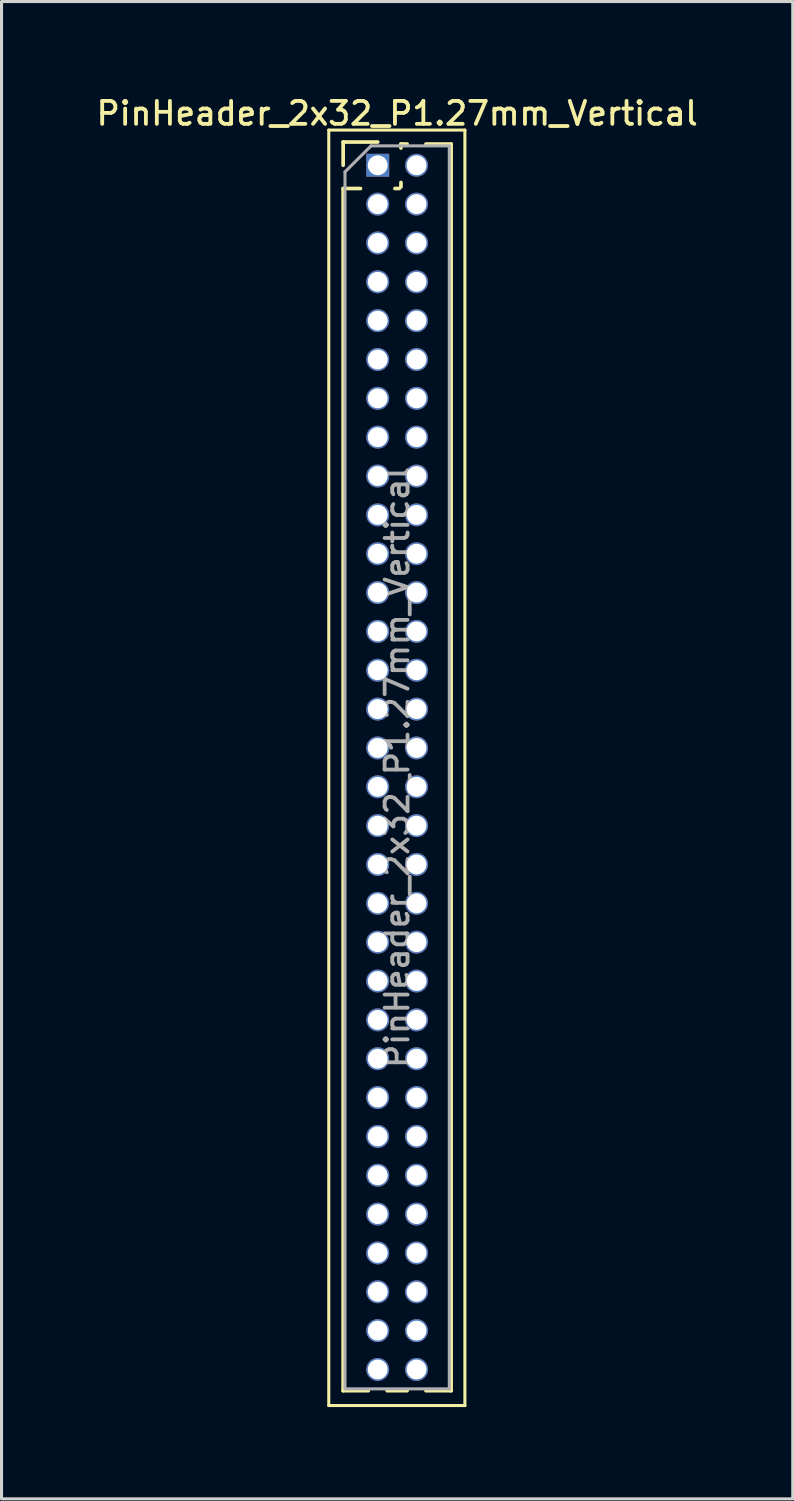
<source format=kicad_pcb>
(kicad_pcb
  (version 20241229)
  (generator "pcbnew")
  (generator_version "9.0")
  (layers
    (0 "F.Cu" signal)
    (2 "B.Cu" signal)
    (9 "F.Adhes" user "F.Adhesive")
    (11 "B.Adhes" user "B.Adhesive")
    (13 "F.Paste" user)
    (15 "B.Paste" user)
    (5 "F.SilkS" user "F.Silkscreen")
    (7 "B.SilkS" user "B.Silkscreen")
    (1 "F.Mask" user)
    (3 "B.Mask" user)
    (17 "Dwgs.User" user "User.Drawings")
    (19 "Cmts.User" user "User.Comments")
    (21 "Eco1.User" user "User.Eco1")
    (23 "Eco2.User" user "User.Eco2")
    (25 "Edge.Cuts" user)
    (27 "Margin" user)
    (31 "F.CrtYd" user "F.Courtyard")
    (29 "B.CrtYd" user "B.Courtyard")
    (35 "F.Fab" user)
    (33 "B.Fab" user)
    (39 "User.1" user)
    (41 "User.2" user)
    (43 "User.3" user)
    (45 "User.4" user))
  (footprint "PinHeader_2x32_P1.27mm_Vertical"
    (layer "F.Cu")
    (at 9.299 2.353)
    (property "Reference" "PinHeader_2x32_P1.27mm_Vertical" (at 0.635 -1.695 0) (layer "F.SilkS") (effects (font (size 0.75 0.75) (thickness 0.125))))
    (attr through_hole)
    (fp_line (start -1.6 -1.15) (end -1.6 40.55) (stroke (width 0.1) (type solid)) (layer "F.SilkS"))
    (fp_line (start -1.6 40.55) (end 2.85 40.55) (stroke (width 0.1) (type solid)) (layer "F.SilkS"))
    (fp_line (start -1.13 -0.76) (end 0 -0.76) (stroke (width 0.12) (type solid)) (layer "F.SilkS"))
    (fp_line (start -1.13 0) (end -1.13 -0.76) (stroke (width 0.12) (type solid)) (layer "F.SilkS"))
    (fp_line (start -1.13 0.76) (end -1.13 40.065) (stroke (width 0.12) (type solid)) (layer "F.SilkS"))
    (fp_line (start -1.13 0.76) (end -0.563 0.76) (stroke (width 0.12) (type solid)) (layer "F.SilkS"))
    (fp_line (start -1.13 40.065) (end -0.308 40.065) (stroke (width 0.12) (type solid)) (layer "F.SilkS"))
    (fp_line (start 0.308 40.065) (end 0.962 40.065) (stroke (width 0.12) (type solid)) (layer "F.SilkS"))
    (fp_line (start 0.563 0.76) (end 0.707 0.76) (stroke (width 0.12) (type solid)) (layer "F.SilkS"))
    (fp_line (start 0.76 -0.695) (end 0.962 -0.695) (stroke (width 0.12) (type solid)) (layer "F.SilkS"))
    (fp_line (start 0.76 -0.563) (end 0.76 -0.695) (stroke (width 0.12) (type solid)) (layer "F.SilkS"))
    (fp_line (start 0.76 0.707) (end 0.76 0.563) (stroke (width 0.12) (type solid)) (layer "F.SilkS"))
    (fp_line (start 1.578 -0.695) (end 2.4 -0.695) (stroke (width 0.12) (type solid)) (layer "F.SilkS"))
    (fp_line (start 1.578 40.065) (end 2.4 40.065) (stroke (width 0.12) (type solid)) (layer "F.SilkS"))
    (fp_line (start 2.4 -0.695) (end 2.4 40.065) (stroke (width 0.12) (type solid)) (layer "F.SilkS"))
    (fp_line (start 2.85 -1.15) (end -1.6 -1.15) (stroke (width 0.1) (type solid)) (layer "F.SilkS"))
    (fp_line (start 2.85 40.55) (end 2.85 -1.15) (stroke (width 0.1) (type solid)) (layer "F.SilkS"))
    (fp_line (start -1.07 0.217) (end -0.217 -0.635) (stroke (width 0.1) (type solid)) (layer "F.Fab"))
    (fp_line (start -1.07 40.005) (end -1.07 0.217) (stroke (width 0.1) (type solid)) (layer "F.Fab"))
    (fp_line (start -0.217 -0.635) (end 2.34 -0.635) (stroke (width 0.1) (type solid)) (layer "F.Fab"))
    (fp_line (start 2.34 -0.635) (end 2.34 40.005) (stroke (width 0.1) (type solid)) (layer "F.Fab"))
    (fp_line (start 2.34 40.005) (end -1.07 40.005) (stroke (width 0.1) (type solid)) (layer "F.Fab"))
    (fp_text user "${REFERENCE}" (at 0.635 19.685 90) (layer "F.Fab") (effects (font (size 0.75 0.75) (thickness 0.125))))
    (pad "1" thru_hole rect (at 0 0) (size 0.75 0.75) (drill 0.65) (layers "*.Cu" "*.Mask"))
    (pad "2" thru_hole oval (at 1.27 0) (size 0.75 0.75) (drill 0.65) (layers "*.Cu" "*.Mask"))
    (pad "3" thru_hole oval (at 0 1.27) (size 0.75 0.75) (drill 0.65) (layers "*.Cu" "*.Mask"))
    (pad "4" thru_hole oval (at 1.27 1.27) (size 0.75 0.75) (drill 0.65) (layers "*.Cu" "*.Mask"))
    (pad "5" thru_hole oval (at 0 2.54) (size 0.75 0.75) (drill 0.65) (layers "*.Cu" "*.Mask"))
    (pad "6" thru_hole oval (at 1.27 2.54) (size 0.75 0.75) (drill 0.65) (layers "*.Cu" "*.Mask"))
    (pad "7" thru_hole oval (at 0 3.81) (size 0.75 0.75) (drill 0.65) (layers "*.Cu" "*.Mask"))
    (pad "8" thru_hole oval (at 1.27 3.81) (size 0.75 0.75) (drill 0.65) (layers "*.Cu" "*.Mask"))
    (pad "9" thru_hole oval (at 0 5.08) (size 0.75 0.75) (drill 0.65) (layers "*.Cu" "*.Mask"))
    (pad "10" thru_hole oval (at 1.27 5.08) (size 0.75 0.75) (drill 0.65) (layers "*.Cu" "*.Mask"))
    (pad "11" thru_hole oval (at 0 6.35) (size 0.75 0.75) (drill 0.65) (layers "*.Cu" "*.Mask"))
    (pad "12" thru_hole oval (at 1.27 6.35) (size 0.75 0.75) (drill 0.65) (layers "*.Cu" "*.Mask"))
    (pad "13" thru_hole oval (at 0 7.62) (size 0.75 0.75) (drill 0.65) (layers "*.Cu" "*.Mask"))
    (pad "14" thru_hole oval (at 1.27 7.62) (size 0.75 0.75) (drill 0.65) (layers "*.Cu" "*.Mask"))
    (pad "15" thru_hole oval (at 0 8.89) (size 0.75 0.75) (drill 0.65) (layers "*.Cu" "*.Mask"))
    (pad "16" thru_hole oval (at 1.27 8.89) (size 0.75 0.75) (drill 0.65) (layers "*.Cu" "*.Mask"))
    (pad "17" thru_hole oval (at 0 10.16) (size 0.75 0.75) (drill 0.65) (layers "*.Cu" "*.Mask"))
    (pad "18" thru_hole oval (at 1.27 10.16) (size 0.75 0.75) (drill 0.65) (layers "*.Cu" "*.Mask"))
    (pad "19" thru_hole oval (at 0 11.43) (size 0.75 0.75) (drill 0.65) (layers "*.Cu" "*.Mask"))
    (pad "20" thru_hole oval (at 1.27 11.43) (size 0.75 0.75) (drill 0.65) (layers "*.Cu" "*.Mask"))
    (pad "21" thru_hole oval (at 0 12.7) (size 0.75 0.75) (drill 0.65) (layers "*.Cu" "*.Mask"))
    (pad "22" thru_hole oval (at 1.27 12.7) (size 0.75 0.75) (drill 0.65) (layers "*.Cu" "*.Mask"))
    (pad "23" thru_hole oval (at 0 13.97) (size 0.75 0.75) (drill 0.65) (layers "*.Cu" "*.Mask"))
    (pad "24" thru_hole oval (at 1.27 13.97) (size 0.75 0.75) (drill 0.65) (layers "*.Cu" "*.Mask"))
    (pad "25" thru_hole oval (at 0 15.24) (size 0.75 0.75) (drill 0.65) (layers "*.Cu" "*.Mask"))
    (pad "26" thru_hole oval (at 1.27 15.24) (size 0.75 0.75) (drill 0.65) (layers "*.Cu" "*.Mask"))
    (pad "27" thru_hole oval (at 0 16.51) (size 0.75 0.75) (drill 0.65) (layers "*.Cu" "*.Mask"))
    (pad "28" thru_hole oval (at 1.27 16.51) (size 0.75 0.75) (drill 0.65) (layers "*.Cu" "*.Mask"))
    (pad "29" thru_hole oval (at 0 17.78) (size 0.75 0.75) (drill 0.65) (layers "*.Cu" "*.Mask"))
    (pad "30" thru_hole oval (at 1.27 17.78) (size 0.75 0.75) (drill 0.65) (layers "*.Cu" "*.Mask"))
    (pad "31" thru_hole oval (at 0 19.05) (size 0.75 0.75) (drill 0.65) (layers "*.Cu" "*.Mask"))
    (pad "32" thru_hole oval (at 1.27 19.05) (size 0.75 0.75) (drill 0.65) (layers "*.Cu" "*.Mask"))
    (pad "33" thru_hole oval (at 0 20.32) (size 0.75 0.75) (drill 0.65) (layers "*.Cu" "*.Mask"))
    (pad "34" thru_hole oval (at 1.27 20.32) (size 0.75 0.75) (drill 0.65) (layers "*.Cu" "*.Mask"))
    (pad "35" thru_hole oval (at 0 21.59) (size 0.75 0.75) (drill 0.65) (layers "*.Cu" "*.Mask"))
    (pad "36" thru_hole oval (at 1.27 21.59) (size 0.75 0.75) (drill 0.65) (layers "*.Cu" "*.Mask"))
    (pad "37" thru_hole oval (at 0 22.86) (size 0.75 0.75) (drill 0.65) (layers "*.Cu" "*.Mask"))
    (pad "38" thru_hole oval (at 1.27 22.86) (size 0.75 0.75) (drill 0.65) (layers "*.Cu" "*.Mask"))
    (pad "39" thru_hole oval (at 0 24.13) (size 0.75 0.75) (drill 0.65) (layers "*.Cu" "*.Mask"))
    (pad "40" thru_hole oval (at 1.27 24.13) (size 0.75 0.75) (drill 0.65) (layers "*.Cu" "*.Mask"))
    (pad "41" thru_hole oval (at 0 25.4) (size 0.75 0.75) (drill 0.65) (layers "*.Cu" "*.Mask"))
    (pad "42" thru_hole oval (at 1.27 25.4) (size 0.75 0.75) (drill 0.65) (layers "*.Cu" "*.Mask"))
    (pad "43" thru_hole oval (at 0 26.67) (size 0.75 0.75) (drill 0.65) (layers "*.Cu" "*.Mask"))
    (pad "44" thru_hole oval (at 1.27 26.67) (size 0.75 0.75) (drill 0.65) (layers "*.Cu" "*.Mask"))
    (pad "45" thru_hole oval (at 0 27.94) (size 0.75 0.75) (drill 0.65) (layers "*.Cu" "*.Mask"))
    (pad "46" thru_hole oval (at 1.27 27.94) (size 0.75 0.75) (drill 0.65) (layers "*.Cu" "*.Mask"))
    (pad "47" thru_hole oval (at 0 29.21) (size 0.75 0.75) (drill 0.65) (layers "*.Cu" "*.Mask"))
    (pad "48" thru_hole oval (at 1.27 29.21) (size 0.75 0.75) (drill 0.65) (layers "*.Cu" "*.Mask"))
    (pad "49" thru_hole oval (at 0 30.48) (size 0.75 0.75) (drill 0.65) (layers "*.Cu" "*.Mask"))
    (pad "50" thru_hole oval (at 1.27 30.48) (size 0.75 0.75) (drill 0.65) (layers "*.Cu" "*.Mask"))
    (pad "51" thru_hole oval (at 0 31.75) (size 0.75 0.75) (drill 0.65) (layers "*.Cu" "*.Mask"))
    (pad "52" thru_hole oval (at 1.27 31.75) (size 0.75 0.75) (drill 0.65) (layers "*.Cu" "*.Mask"))
    (pad "53" thru_hole oval (at 0 33.02) (size 0.75 0.75) (drill 0.65) (layers "*.Cu" "*.Mask"))
    (pad "54" thru_hole oval (at 1.27 33.02) (size 0.75 0.75) (drill 0.65) (layers "*.Cu" "*.Mask"))
    (pad "55" thru_hole oval (at 0 34.29) (size 0.75 0.75) (drill 0.65) (layers "*.Cu" "*.Mask"))
    (pad "56" thru_hole oval (at 1.27 34.29) (size 0.75 0.75) (drill 0.65) (layers "*.Cu" "*.Mask"))
    (pad "57" thru_hole oval (at 0 35.56) (size 0.75 0.75) (drill 0.65) (layers "*.Cu" "*.Mask"))
    (pad "58" thru_hole oval (at 1.27 35.56) (size 0.75 0.75) (drill 0.65) (layers "*.Cu" "*.Mask"))
    (pad "59" thru_hole oval (at 0 36.83) (size 0.75 0.75) (drill 0.65) (layers "*.Cu" "*.Mask"))
    (pad "60" thru_hole oval (at 1.27 36.83) (size 0.75 0.75) (drill 0.65) (layers "*.Cu" "*.Mask"))
    (pad "61" thru_hole oval (at 0 38.1) (size 0.75 0.75) (drill 0.65) (layers "*.Cu" "*.Mask"))
    (pad "62" thru_hole oval (at 1.27 38.1) (size 0.75 0.75) (drill 0.65) (layers "*.Cu" "*.Mask"))
    (pad "63" thru_hole oval (at 0 39.37) (size 0.75 0.75) (drill 0.65) (layers "*.Cu" "*.Mask"))
    (pad "64" thru_hole oval (at 1.27 39.37) (size 0.75 0.75) (drill 0.65) (layers "*.Cu" "*.Mask")))
  (gr_rect
    (start -3 -3)
    (end 22.868 45.953)
    (stroke (width 0.1) (type default))
    (fill no)
    (layer "Edge.Cuts")))
</source>
